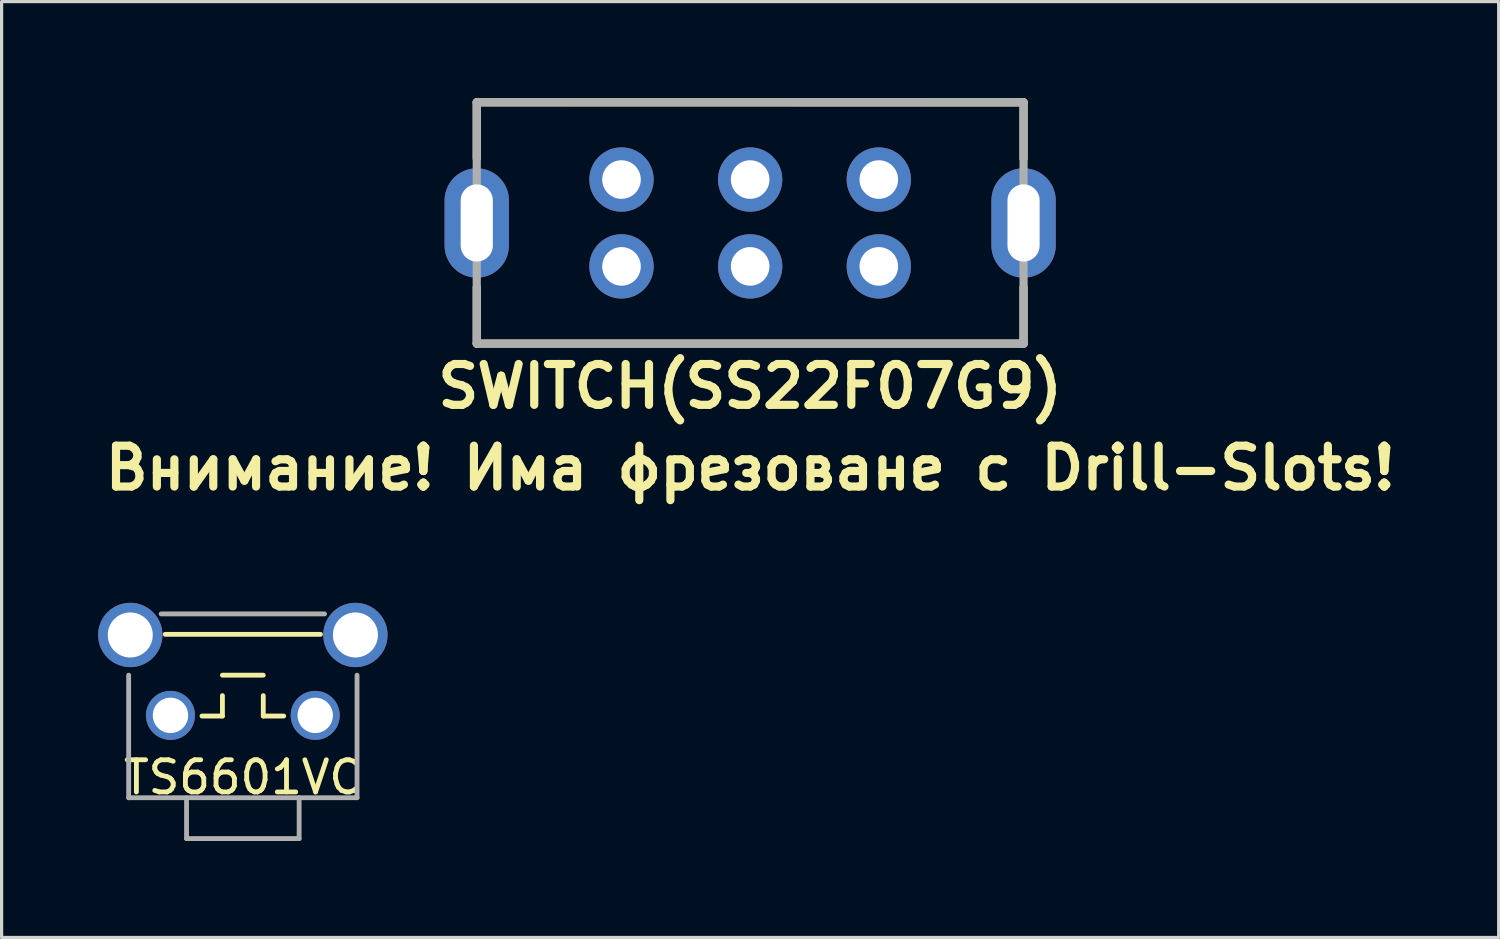
<source format=kicad_pcb>
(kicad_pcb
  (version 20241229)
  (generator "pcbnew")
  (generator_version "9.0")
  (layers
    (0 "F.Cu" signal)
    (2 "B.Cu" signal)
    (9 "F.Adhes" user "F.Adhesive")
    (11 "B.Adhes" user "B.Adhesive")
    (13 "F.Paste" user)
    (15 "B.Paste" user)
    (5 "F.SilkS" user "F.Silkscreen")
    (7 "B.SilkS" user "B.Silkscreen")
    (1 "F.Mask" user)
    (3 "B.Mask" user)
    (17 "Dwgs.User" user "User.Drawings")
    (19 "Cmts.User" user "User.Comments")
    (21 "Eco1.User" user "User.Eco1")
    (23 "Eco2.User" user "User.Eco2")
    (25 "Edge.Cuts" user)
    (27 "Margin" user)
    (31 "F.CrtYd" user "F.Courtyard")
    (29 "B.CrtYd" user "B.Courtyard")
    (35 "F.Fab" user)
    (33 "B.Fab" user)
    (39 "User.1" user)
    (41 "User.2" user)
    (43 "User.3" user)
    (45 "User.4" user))
  (footprint "SWITCH(SS22F07G9)"
    (layer "F.Cu")
    (at 20.272 3.882)
    (property "Reference" "SWITCH(SS22F07G9)" (at 0 5.08 0) (layer "F.SilkS") (effects (font (size 1.27 1.27) (thickness 0.254))))
    (attr through_hole)
    (fp_line (start -8.5 -3.75) (end -8.5 -2) (stroke (width 0.254) (type solid)) (layer "F.SilkS"))
    (fp_line (start -8.5 -3.75) (end 8.5 -3.75) (stroke (width 0.254) (type solid)) (layer "F.SilkS"))
    (fp_line (start -8.5 2) (end -8.5 2) (stroke (width 0.12) (type solid)) (layer "F.SilkS"))
    (fp_line (start -8.5 3.75) (end -8.5 2) (stroke (width 0.254) (type solid)) (layer "F.SilkS"))
    (fp_line (start 8.5 -3.75) (end 8.5 -2) (stroke (width 0.254) (type solid)) (layer "F.SilkS"))
    (fp_line (start 8.5 3.75) (end -8.5 3.75) (stroke (width 0.254) (type solid)) (layer "F.SilkS"))
    (fp_line (start 8.5 3.75) (end 8.5 2) (stroke (width 0.254) (type solid)) (layer "F.SilkS"))
    (fp_line (start -8.5 -3.755) (end 8.5 -3.75) (stroke (width 0.254) (type solid)) (layer "F.Fab"))
    (fp_line (start -8.5 -3.75) (end -8.5 3.75) (stroke (width 0.254) (type solid)) (layer "F.Fab"))
    (fp_line (start -8.5 3.75) (end 8.5 3.75) (stroke (width 0.254) (type solid)) (layer "F.Fab"))
    (fp_line (start 8.5 -3.75) (end 8.5 3.75) (stroke (width 0.254) (type solid)) (layer "F.Fab"))
    (fp_text user "Внимание! Има фрезоване с Drill-Slots!" (at 0 7.62 0) (layer "F.SilkS") (effects (font (size 1.27 1.27) (thickness 0.254))))
    (pad "0" thru_hole oval (at -8.5 0) (size 2 3.4) (drill oval 1 2.4) (layers "*.Cu" "*.Mask"))
    (pad "0" thru_hole oval (at 8.5 0) (size 2 3.4) (drill oval 1 2.4) (layers "*.Cu" "*.Mask"))
    (pad "1" thru_hole circle (at 4 1.35) (size 2 2) (drill 1.2) (layers "*.Cu" "*.Mask"))
    (pad "2" thru_hole circle (at 0 1.35) (size 2 2) (drill 1.2) (layers "*.Cu" "*.Mask"))
    (pad "3" thru_hole circle (at -4 1.35) (size 2 2) (drill 1.2) (layers "*.Cu" "*.Mask"))
    (pad "4" thru_hole circle (at 4 -1.35) (size 2 2) (drill 1.2) (layers "*.Cu" "*.Mask"))
    (pad "5" thru_hole circle (at 0 -1.35) (size 2 2) (drill 1.2) (layers "*.Cu" "*.Mask"))
    (pad "6" thru_hole circle (at -4 -1.35) (size 2 2) (drill 1.2) (layers "*.Cu" "*.Mask")))
  (footprint "TS6601VC"
    (layer "F.Cu")
    (at 4.5 17.941)
    (property "Reference" "TS6601VC" (at 0 3.175 0) (layer "F.SilkS") (effects (font (size 1 1) (thickness 0.15))))
    (attr smd)
    (fp_line (start -2.413 -1.27) (end 2.413 -1.27) (stroke (width 0.15) (type solid)) (layer "F.SilkS"))
    (fp_line (start -1.27 1.27) (end -0.635 1.27) (stroke (width 0.15) (type solid)) (layer "F.SilkS"))
    (fp_line (start -0.635 0) (end 0.635 0) (stroke (width 0.15) (type solid)) (layer "F.SilkS"))
    (fp_line (start -0.635 1.27) (end -0.635 0.635) (stroke (width 0.15) (type solid)) (layer "F.SilkS"))
    (fp_line (start 0.635 0.635) (end 0.635 1.27) (stroke (width 0.15) (type solid)) (layer "F.SilkS"))
    (fp_line (start 0.635 1.27) (end 1.27 1.27) (stroke (width 0.15) (type solid)) (layer "F.SilkS"))
    (fp_line (start -3.55 3.81) (end -3.55 0) (stroke (width 0.15) (type solid)) (layer "F.Fab"))
    (fp_line (start -2.54 -1.905) (end 2.54 -1.905) (stroke (width 0.15) (type solid)) (layer "F.Fab"))
    (fp_line (start -1.75 3.81) (end -1.75 5.08) (stroke (width 0.15) (type solid)) (layer "F.Fab"))
    (fp_line (start -1.75 5.08) (end 1.75 5.08) (stroke (width 0.15) (type solid)) (layer "F.Fab"))
    (fp_line (start 1.75 5.08) (end 1.75 3.81) (stroke (width 0.15) (type solid)) (layer "F.Fab"))
    (fp_line (start 3.55 0) (end 3.55 3.81) (stroke (width 0.15) (type solid)) (layer "F.Fab"))
    (fp_line (start 3.55 3.81) (end -3.55 3.81) (stroke (width 0.15) (type solid)) (layer "F.Fab"))
    (pad "1" thru_hole circle (at -2.25 1.25) (size 1.524 1.524) (drill 1.1) (layers "*.Cu" "*.Mask"))
    (pad "2" thru_hole circle (at 2.25 1.25) (size 1.524 1.524) (drill 1.1) (layers "*.Cu" "*.Mask"))
    (pad "3" thru_hole circle (at -3.5 -1.25) (size 2 2) (drill 1.4) (layers "*.Cu" "*.Mask"))
    (pad "3" thru_hole circle (at 3.5 -1.25) (size 2 2) (drill 1.4) (layers "*.Cu" "*.Mask")))
  (gr_rect
    (start -3 -3)
    (end 43.543 26.096)
    (stroke (width 0.1) (type default))
    (fill no)
    (layer "Edge.Cuts")))
</source>
